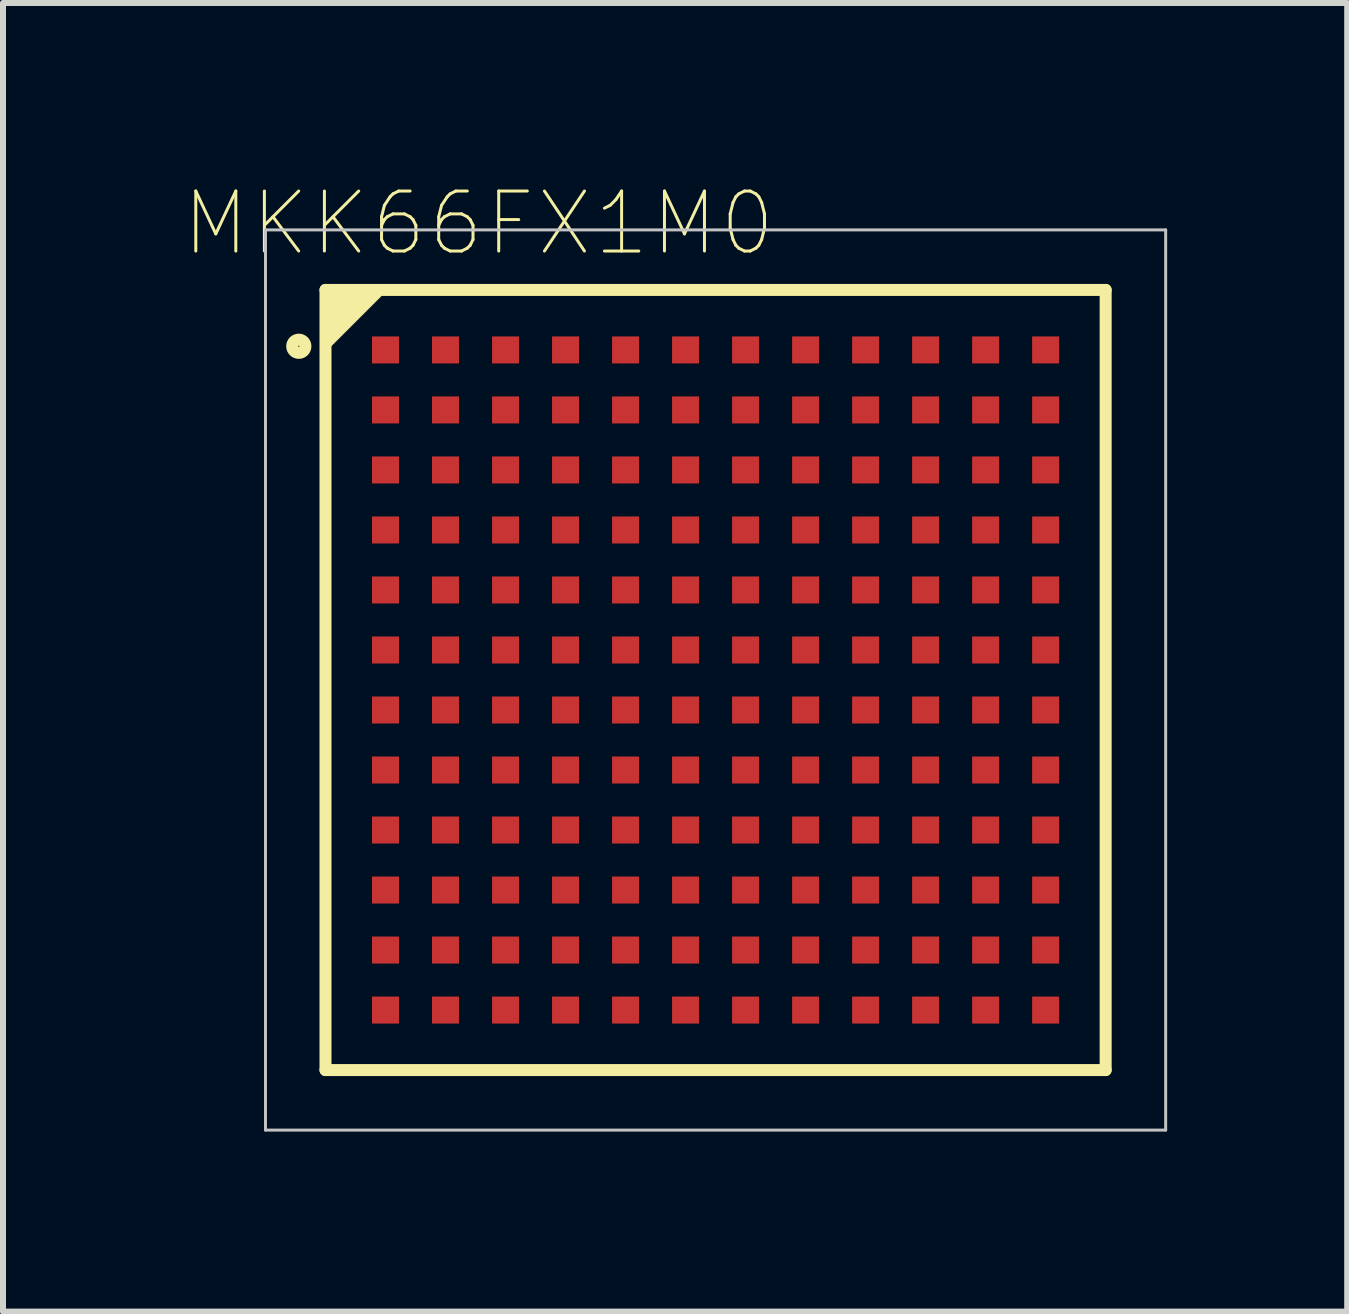
<source format=kicad_pcb>
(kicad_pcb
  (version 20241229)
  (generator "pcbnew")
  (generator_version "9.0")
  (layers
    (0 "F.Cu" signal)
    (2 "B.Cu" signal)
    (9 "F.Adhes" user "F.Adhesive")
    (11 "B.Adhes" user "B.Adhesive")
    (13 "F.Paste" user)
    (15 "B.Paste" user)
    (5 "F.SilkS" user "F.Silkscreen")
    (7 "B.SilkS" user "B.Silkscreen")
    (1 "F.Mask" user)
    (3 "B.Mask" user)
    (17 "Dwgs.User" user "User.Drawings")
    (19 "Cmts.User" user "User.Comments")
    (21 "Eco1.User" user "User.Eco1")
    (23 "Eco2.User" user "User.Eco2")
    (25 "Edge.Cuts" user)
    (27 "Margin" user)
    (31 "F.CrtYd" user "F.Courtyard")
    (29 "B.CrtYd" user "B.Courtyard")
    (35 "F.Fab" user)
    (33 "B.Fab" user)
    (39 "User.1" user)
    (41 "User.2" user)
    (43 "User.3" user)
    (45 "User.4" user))
  (footprint "MKK66FX1M0"
    (layer "F.Cu")
    (at 8.874 8.281)
    (property "Reference" "MKK66FX1M0" (at -3.947 -7.608 0) (layer "F.SilkS") (effects (font (size 1 1) (thickness 0.05))))
    (attr smd)
    (fp_line (start -6.5 -6.5) (end -6.5 6.5) (stroke (width 0.2) (type solid)) (layer "F.SilkS"))
    (fp_line (start -6.5 -6.5) (end 6.5 -6.5) (stroke (width 0.2) (type solid)) (layer "F.SilkS"))
    (fp_line (start 6.5 6.5) (end -6.5 6.5) (stroke (width 0.2) (type solid)) (layer "F.SilkS"))
    (fp_line (start 6.5 6.5) (end 6.5 -6.5) (stroke (width 0.2) (type solid)) (layer "F.SilkS"))
    (fp_circle (center -6.945 -5.561) (end -6.835 -5.561) (stroke (width 0.2) (type solid)) (fill no) (layer "F.SilkS"))
    (fp_poly (pts (xy -6.5 -6.5) (xy -5.5 -6.5) (xy -6.5 -5.5)) (stroke (width 0.05) (type solid)) (fill yes) (layer "F.SilkS"))
    (fp_line (start -7.5 -7.5) (end 7.5 -7.5) (stroke (width 0.05) (type solid)) (layer "Dwgs.User"))
    (fp_line (start -7.5 7.5) (end -7.5 -7.5) (stroke (width 0.05) (type solid)) (layer "Dwgs.User"))
    (fp_line (start 7.5 -7.5) (end 7.5 7.5) (stroke (width 0.05) (type solid)) (layer "Dwgs.User"))
    (fp_line (start 7.5 7.5) (end -7.5 7.5) (stroke (width 0.05) (type solid)) (layer "Dwgs.User"))
    (pad "A1" smd rect (at -5.5 -5.5) (size 0.45 0.45) (layers "F.Cu" "F.Mask" "F.Paste"))
    (pad "A2" smd rect (at -4.5 -5.5) (size 0.45 0.45) (layers "F.Cu" "F.Mask" "F.Paste"))
    (pad "A3" smd rect (at -3.5 -5.5) (size 0.45 0.45) (layers "F.Cu" "F.Mask" "F.Paste"))
    (pad "A4" smd rect (at -2.5 -5.5) (size 0.45 0.45) (layers "F.Cu" "F.Mask" "F.Paste"))
    (pad "A5" smd rect (at -1.5 -5.5) (size 0.45 0.45) (layers "F.Cu" "F.Mask" "F.Paste"))
    (pad "A6" smd rect (at -0.5 -5.5) (size 0.45 0.45) (layers "F.Cu" "F.Mask" "F.Paste"))
    (pad "A7" smd rect (at 0.5 -5.5) (size 0.45 0.45) (layers "F.Cu" "F.Mask" "F.Paste"))
    (pad "A8" smd rect (at 1.5 -5.5) (size 0.45 0.45) (layers "F.Cu" "F.Mask" "F.Paste"))
    (pad "A9" smd rect (at 2.5 -5.5) (size 0.45 0.45) (layers "F.Cu" "F.Mask" "F.Paste"))
    (pad "A10" smd rect (at 3.5 -5.5) (size 0.45 0.45) (layers "F.Cu" "F.Mask" "F.Paste"))
    (pad "A11" smd rect (at 4.5 -5.5) (size 0.45 0.45) (layers "F.Cu" "F.Mask" "F.Paste"))
    (pad "A12" smd rect (at 5.5 -5.5) (size 0.45 0.45) (layers "F.Cu" "F.Mask" "F.Paste"))
    (pad "B1" smd rect (at -5.5 -4.5) (size 0.45 0.45) (layers "F.Cu" "F.Mask" "F.Paste"))
    (pad "B2" smd rect (at -4.5 -4.5) (size 0.45 0.45) (layers "F.Cu" "F.Mask" "F.Paste"))
    (pad "B3" smd rect (at -3.5 -4.5) (size 0.45 0.45) (layers "F.Cu" "F.Mask" "F.Paste"))
    (pad "B4" smd rect (at -2.5 -4.5) (size 0.45 0.45) (layers "F.Cu" "F.Mask" "F.Paste"))
    (pad "B5" smd rect (at -1.5 -4.5) (size 0.45 0.45) (layers "F.Cu" "F.Mask" "F.Paste"))
    (pad "B6" smd rect (at -0.5 -4.5) (size 0.45 0.45) (layers "F.Cu" "F.Mask" "F.Paste"))
    (pad "B7" smd rect (at 0.5 -4.5) (size 0.45 0.45) (layers "F.Cu" "F.Mask" "F.Paste"))
    (pad "B8" smd rect (at 1.5 -4.5) (size 0.45 0.45) (layers "F.Cu" "F.Mask" "F.Paste"))
    (pad "B9" smd rect (at 2.5 -4.5) (size 0.45 0.45) (layers "F.Cu" "F.Mask" "F.Paste"))
    (pad "B10" smd rect (at 3.5 -4.5) (size 0.45 0.45) (layers "F.Cu" "F.Mask" "F.Paste"))
    (pad "B11" smd rect (at 4.5 -4.5) (size 0.45 0.45) (layers "F.Cu" "F.Mask" "F.Paste"))
    (pad "B12" smd rect (at 5.5 -4.5) (size 0.45 0.45) (layers "F.Cu" "F.Mask" "F.Paste"))
    (pad "C1" smd rect (at -5.5 -3.5) (size 0.45 0.45) (layers "F.Cu" "F.Mask" "F.Paste"))
    (pad "C2" smd rect (at -4.5 -3.5) (size 0.45 0.45) (layers "F.Cu" "F.Mask" "F.Paste"))
    (pad "C3" smd rect (at -3.5 -3.5) (size 0.45 0.45) (layers "F.Cu" "F.Mask" "F.Paste"))
    (pad "C4" smd rect (at -2.5 -3.5) (size 0.45 0.45) (layers "F.Cu" "F.Mask" "F.Paste"))
    (pad "C5" smd rect (at -1.5 -3.5) (size 0.45 0.45) (layers "F.Cu" "F.Mask" "F.Paste"))
    (pad "C6" smd rect (at -0.5 -3.5) (size 0.45 0.45) (layers "F.Cu" "F.Mask" "F.Paste"))
    (pad "C7" smd rect (at 0.5 -3.5) (size 0.45 0.45) (layers "F.Cu" "F.Mask" "F.Paste"))
    (pad "C8" smd rect (at 1.5 -3.5) (size 0.45 0.45) (layers "F.Cu" "F.Mask" "F.Paste"))
    (pad "C9" smd rect (at 2.5 -3.5) (size 0.45 0.45) (layers "F.Cu" "F.Mask" "F.Paste"))
    (pad "C10" smd rect (at 3.5 -3.5) (size 0.45 0.45) (layers "F.Cu" "F.Mask" "F.Paste"))
    (pad "C11" smd rect (at 4.5 -3.5) (size 0.45 0.45) (layers "F.Cu" "F.Mask" "F.Paste"))
    (pad "C12" smd rect (at 5.5 -3.5) (size 0.45 0.45) (layers "F.Cu" "F.Mask" "F.Paste"))
    (pad "D1" smd rect (at -5.5 -2.5) (size 0.45 0.45) (layers "F.Cu" "F.Mask" "F.Paste"))
    (pad "D2" smd rect (at -4.5 -2.5) (size 0.45 0.45) (layers "F.Cu" "F.Mask" "F.Paste"))
    (pad "D3" smd rect (at -3.5 -2.5) (size 0.45 0.45) (layers "F.Cu" "F.Mask" "F.Paste"))
    (pad "D4" smd rect (at -2.5 -2.5) (size 0.45 0.45) (layers "F.Cu" "F.Mask" "F.Paste"))
    (pad "D5" smd rect (at -1.5 -2.5) (size 0.45 0.45) (layers "F.Cu" "F.Mask" "F.Paste"))
    (pad "D6" smd rect (at -0.5 -2.5) (size 0.45 0.45) (layers "F.Cu" "F.Mask" "F.Paste"))
    (pad "D7" smd rect (at 0.5 -2.5) (size 0.45 0.45) (layers "F.Cu" "F.Mask" "F.Paste"))
    (pad "D8" smd rect (at 1.5 -2.5) (size 0.45 0.45) (layers "F.Cu" "F.Mask" "F.Paste"))
    (pad "D9" smd rect (at 2.5 -2.5) (size 0.45 0.45) (layers "F.Cu" "F.Mask" "F.Paste"))
    (pad "D10" smd rect (at 3.5 -2.5) (size 0.45 0.45) (layers "F.Cu" "F.Mask" "F.Paste"))
    (pad "D11" smd rect (at 4.5 -2.5) (size 0.45 0.45) (layers "F.Cu" "F.Mask" "F.Paste"))
    (pad "D12" smd rect (at 5.5 -2.5) (size 0.45 0.45) (layers "F.Cu" "F.Mask" "F.Paste"))
    (pad "E1" smd rect (at -5.5 -1.5) (size 0.45 0.45) (layers "F.Cu" "F.Mask" "F.Paste"))
    (pad "E2" smd rect (at -4.5 -1.5) (size 0.45 0.45) (layers "F.Cu" "F.Mask" "F.Paste"))
    (pad "E3" smd rect (at -3.5 -1.5) (size 0.45 0.45) (layers "F.Cu" "F.Mask" "F.Paste"))
    (pad "E4" smd rect (at -2.5 -1.5) (size 0.45 0.45) (layers "F.Cu" "F.Mask" "F.Paste"))
    (pad "E5" smd rect (at -1.5 -1.5) (size 0.45 0.45) (layers "F.Cu" "F.Mask" "F.Paste"))
    (pad "E6" smd rect (at -0.5 -1.5) (size 0.45 0.45) (layers "F.Cu" "F.Mask" "F.Paste"))
    (pad "E7" smd rect (at 0.5 -1.5) (size 0.45 0.45) (layers "F.Cu" "F.Mask" "F.Paste"))
    (pad "E8" smd rect (at 1.5 -1.5) (size 0.45 0.45) (layers "F.Cu" "F.Mask" "F.Paste"))
    (pad "E9" smd rect (at 2.5 -1.5) (size 0.45 0.45) (layers "F.Cu" "F.Mask" "F.Paste"))
    (pad "E10" smd rect (at 3.5 -1.5) (size 0.45 0.45) (layers "F.Cu" "F.Mask" "F.Paste"))
    (pad "E11" smd rect (at 4.5 -1.5) (size 0.45 0.45) (layers "F.Cu" "F.Mask" "F.Paste"))
    (pad "E12" smd rect (at 5.5 -1.5) (size 0.45 0.45) (layers "F.Cu" "F.Mask" "F.Paste"))
    (pad "F1" smd rect (at -5.5 -0.5) (size 0.45 0.45) (layers "F.Cu" "F.Mask" "F.Paste"))
    (pad "F2" smd rect (at -4.5 -0.5) (size 0.45 0.45) (layers "F.Cu" "F.Mask" "F.Paste"))
    (pad "F3" smd rect (at -3.5 -0.5) (size 0.45 0.45) (layers "F.Cu" "F.Mask" "F.Paste"))
    (pad "F4" smd rect (at -2.5 -0.5) (size 0.45 0.45) (layers "F.Cu" "F.Mask" "F.Paste"))
    (pad "F5" smd rect (at -1.5 -0.5) (size 0.45 0.45) (layers "F.Cu" "F.Mask" "F.Paste"))
    (pad "F6" smd rect (at -0.5 -0.5) (size 0.45 0.45) (layers "F.Cu" "F.Mask" "F.Paste"))
    (pad "F7" smd rect (at 0.5 -0.5) (size 0.45 0.45) (layers "F.Cu" "F.Mask" "F.Paste"))
    (pad "F8" smd rect (at 1.5 -0.5) (size 0.45 0.45) (layers "F.Cu" "F.Mask" "F.Paste"))
    (pad "F9" smd rect (at 2.5 -0.5) (size 0.45 0.45) (layers "F.Cu" "F.Mask" "F.Paste"))
    (pad "F10" smd rect (at 3.5 -0.5) (size 0.45 0.45) (layers "F.Cu" "F.Mask" "F.Paste"))
    (pad "F11" smd rect (at 4.5 -0.5) (size 0.45 0.45) (layers "F.Cu" "F.Mask" "F.Paste"))
    (pad "F12" smd rect (at 5.5 -0.5) (size 0.45 0.45) (layers "F.Cu" "F.Mask" "F.Paste"))
    (pad "G1" smd rect (at -5.5 0.5) (size 0.45 0.45) (layers "F.Cu" "F.Mask" "F.Paste"))
    (pad "G2" smd rect (at -4.5 0.5) (size 0.45 0.45) (layers "F.Cu" "F.Mask" "F.Paste"))
    (pad "G3" smd rect (at -3.5 0.5) (size 0.45 0.45) (layers "F.Cu" "F.Mask" "F.Paste"))
    (pad "G4" smd rect (at -2.5 0.5) (size 0.45 0.45) (layers "F.Cu" "F.Mask" "F.Paste"))
    (pad "G5" smd rect (at -1.5 0.5) (size 0.45 0.45) (layers "F.Cu" "F.Mask" "F.Paste"))
    (pad "G6" smd rect (at -0.5 0.5) (size 0.45 0.45) (layers "F.Cu" "F.Mask" "F.Paste"))
    (pad "G7" smd rect (at 0.5 0.5) (size 0.45 0.45) (layers "F.Cu" "F.Mask" "F.Paste"))
    (pad "G8" smd rect (at 1.5 0.5) (size 0.45 0.45) (layers "F.Cu" "F.Mask" "F.Paste"))
    (pad "G9" smd rect (at 2.5 0.5) (size 0.45 0.45) (layers "F.Cu" "F.Mask" "F.Paste"))
    (pad "G10" smd rect (at 3.5 0.5) (size 0.45 0.45) (layers "F.Cu" "F.Mask" "F.Paste"))
    (pad "G11" smd rect (at 4.5 0.5) (size 0.45 0.45) (layers "F.Cu" "F.Mask" "F.Paste"))
    (pad "G12" smd rect (at 5.5 0.5) (size 0.45 0.45) (layers "F.Cu" "F.Mask" "F.Paste"))
    (pad "H1" smd rect (at -5.5 1.5) (size 0.45 0.45) (layers "F.Cu" "F.Mask" "F.Paste"))
    (pad "H2" smd rect (at -4.5 1.5) (size 0.45 0.45) (layers "F.Cu" "F.Mask" "F.Paste"))
    (pad "H3" smd rect (at -3.5 1.5) (size 0.45 0.45) (layers "F.Cu" "F.Mask" "F.Paste"))
    (pad "H4" smd rect (at -2.5 1.5) (size 0.45 0.45) (layers "F.Cu" "F.Mask" "F.Paste"))
    (pad "H5" smd rect (at -1.5 1.5) (size 0.45 0.45) (layers "F.Cu" "F.Mask" "F.Paste"))
    (pad "H6" smd rect (at -0.5 1.5) (size 0.45 0.45) (layers "F.Cu" "F.Mask" "F.Paste"))
    (pad "H7" smd rect (at 0.5 1.5) (size 0.45 0.45) (layers "F.Cu" "F.Mask" "F.Paste"))
    (pad "H8" smd rect (at 1.5 1.5) (size 0.45 0.45) (layers "F.Cu" "F.Mask" "F.Paste"))
    (pad "H9" smd rect (at 2.5 1.5) (size 0.45 0.45) (layers "F.Cu" "F.Mask" "F.Paste"))
    (pad "H10" smd rect (at 3.5 1.5) (size 0.45 0.45) (layers "F.Cu" "F.Mask" "F.Paste"))
    (pad "H11" smd rect (at 4.5 1.5) (size 0.45 0.45) (layers "F.Cu" "F.Mask" "F.Paste"))
    (pad "H12" smd rect (at 5.5 1.5) (size 0.45 0.45) (layers "F.Cu" "F.Mask" "F.Paste"))
    (pad "J1" smd rect (at -5.5 2.5) (size 0.45 0.45) (layers "F.Cu" "F.Mask" "F.Paste"))
    (pad "J2" smd rect (at -4.5 2.5) (size 0.45 0.45) (layers "F.Cu" "F.Mask" "F.Paste"))
    (pad "J3" smd rect (at -3.5 2.5) (size 0.45 0.45) (layers "F.Cu" "F.Mask" "F.Paste"))
    (pad "J4" smd rect (at -2.5 2.5) (size 0.45 0.45) (layers "F.Cu" "F.Mask" "F.Paste"))
    (pad "J5" smd rect (at -1.5 2.5) (size 0.45 0.45) (layers "F.Cu" "F.Mask" "F.Paste"))
    (pad "J6" smd rect (at -0.5 2.5) (size 0.45 0.45) (layers "F.Cu" "F.Mask" "F.Paste"))
    (pad "J7" smd rect (at 0.5 2.5) (size 0.45 0.45) (layers "F.Cu" "F.Mask" "F.Paste"))
    (pad "J8" smd rect (at 1.5 2.5) (size 0.45 0.45) (layers "F.Cu" "F.Mask" "F.Paste"))
    (pad "J9" smd rect (at 2.5 2.5) (size 0.45 0.45) (layers "F.Cu" "F.Mask" "F.Paste"))
    (pad "J10" smd rect (at 3.5 2.5) (size 0.45 0.45) (layers "F.Cu" "F.Mask" "F.Paste"))
    (pad "J11" smd rect (at 4.5 2.5) (size 0.45 0.45) (layers "F.Cu" "F.Mask" "F.Paste"))
    (pad "J12" smd rect (at 5.5 2.5) (size 0.45 0.45) (layers "F.Cu" "F.Mask" "F.Paste"))
    (pad "K1" smd rect (at -5.5 3.5) (size 0.45 0.45) (layers "F.Cu" "F.Mask" "F.Paste"))
    (pad "K2" smd rect (at -4.5 3.5) (size 0.45 0.45) (layers "F.Cu" "F.Mask" "F.Paste"))
    (pad "K3" smd rect (at -3.5 3.5) (size 0.45 0.45) (layers "F.Cu" "F.Mask" "F.Paste"))
    (pad "K4" smd rect (at -2.5 3.5) (size 0.45 0.45) (layers "F.Cu" "F.Mask" "F.Paste"))
    (pad "K5" smd rect (at -1.5 3.5) (size 0.45 0.45) (layers "F.Cu" "F.Mask" "F.Paste"))
    (pad "K6" smd rect (at -0.5 3.5) (size 0.45 0.45) (layers "F.Cu" "F.Mask" "F.Paste"))
    (pad "K7" smd rect (at 0.5 3.5) (size 0.45 0.45) (layers "F.Cu" "F.Mask" "F.Paste"))
    (pad "K8" smd rect (at 1.5 3.5) (size 0.45 0.45) (layers "F.Cu" "F.Mask" "F.Paste"))
    (pad "K9" smd rect (at 2.5 3.5) (size 0.45 0.45) (layers "F.Cu" "F.Mask" "F.Paste"))
    (pad "K10" smd rect (at 3.5 3.5) (size 0.45 0.45) (layers "F.Cu" "F.Mask" "F.Paste"))
    (pad "K11" smd rect (at 4.5 3.5) (size 0.45 0.45) (layers "F.Cu" "F.Mask" "F.Paste"))
    (pad "K12" smd rect (at 5.5 3.5) (size 0.45 0.45) (layers "F.Cu" "F.Mask" "F.Paste"))
    (pad "L1" smd rect (at -5.5 4.5) (size 0.45 0.45) (layers "F.Cu" "F.Mask" "F.Paste"))
    (pad "L2" smd rect (at -4.5 4.5) (size 0.45 0.45) (layers "F.Cu" "F.Mask" "F.Paste"))
    (pad "L3" smd rect (at -3.5 4.5) (size 0.45 0.45) (layers "F.Cu" "F.Mask" "F.Paste"))
    (pad "L4" smd rect (at -2.5 4.5) (size 0.45 0.45) (layers "F.Cu" "F.Mask" "F.Paste"))
    (pad "L5" smd rect (at -1.5 4.5) (size 0.45 0.45) (layers "F.Cu" "F.Mask" "F.Paste"))
    (pad "L6" smd rect (at -0.5 4.5) (size 0.45 0.45) (layers "F.Cu" "F.Mask" "F.Paste"))
    (pad "L7" smd rect (at 0.5 4.5) (size 0.45 0.45) (layers "F.Cu" "F.Mask" "F.Paste"))
    (pad "L8" smd rect (at 1.5 4.5) (size 0.45 0.45) (layers "F.Cu" "F.Mask" "F.Paste"))
    (pad "L9" smd rect (at 2.5 4.5) (size 0.45 0.45) (layers "F.Cu" "F.Mask" "F.Paste"))
    (pad "L10" smd rect (at 3.5 4.5) (size 0.45 0.45) (layers "F.Cu" "F.Mask" "F.Paste"))
    (pad "L11" smd rect (at 4.5 4.5) (size 0.45 0.45) (layers "F.Cu" "F.Mask" "F.Paste"))
    (pad "L12" smd rect (at 5.5 4.5) (size 0.45 0.45) (layers "F.Cu" "F.Mask" "F.Paste"))
    (pad "M1" smd rect (at -5.5 5.5) (size 0.45 0.45) (layers "F.Cu" "F.Mask" "F.Paste"))
    (pad "M2" smd rect (at -4.5 5.5) (size 0.45 0.45) (layers "F.Cu" "F.Mask" "F.Paste"))
    (pad "M3" smd rect (at -3.5 5.5) (size 0.45 0.45) (layers "F.Cu" "F.Mask" "F.Paste"))
    (pad "M4" smd rect (at -2.5 5.5) (size 0.45 0.45) (layers "F.Cu" "F.Mask" "F.Paste"))
    (pad "M5" smd rect (at -1.5 5.5) (size 0.45 0.45) (layers "F.Cu" "F.Mask" "F.Paste"))
    (pad "M6" smd rect (at -0.5 5.5) (size 0.45 0.45) (layers "F.Cu" "F.Mask" "F.Paste"))
    (pad "M7" smd rect (at 0.5 5.5) (size 0.45 0.45) (layers "F.Cu" "F.Mask" "F.Paste"))
    (pad "M8" smd rect (at 1.5 5.5) (size 0.45 0.45) (layers "F.Cu" "F.Mask" "F.Paste"))
    (pad "M9" smd rect (at 2.5 5.5) (size 0.45 0.45) (layers "F.Cu" "F.Mask" "F.Paste"))
    (pad "M10" smd rect (at 3.5 5.5) (size 0.45 0.45) (layers "F.Cu" "F.Mask" "F.Paste"))
    (pad "M11" smd rect (at 4.5 5.5) (size 0.45 0.45) (layers "F.Cu" "F.Mask" "F.Paste"))
    (pad "M12" smd rect (at 5.5 5.5) (size 0.45 0.45) (layers "F.Cu" "F.Mask" "F.Paste")))
  (gr_rect
    (start -3 -3)
    (end 19.399 18.806)
    (stroke (width 0.1) (type default))
    (fill no)
    (layer "Edge.Cuts")))
</source>
